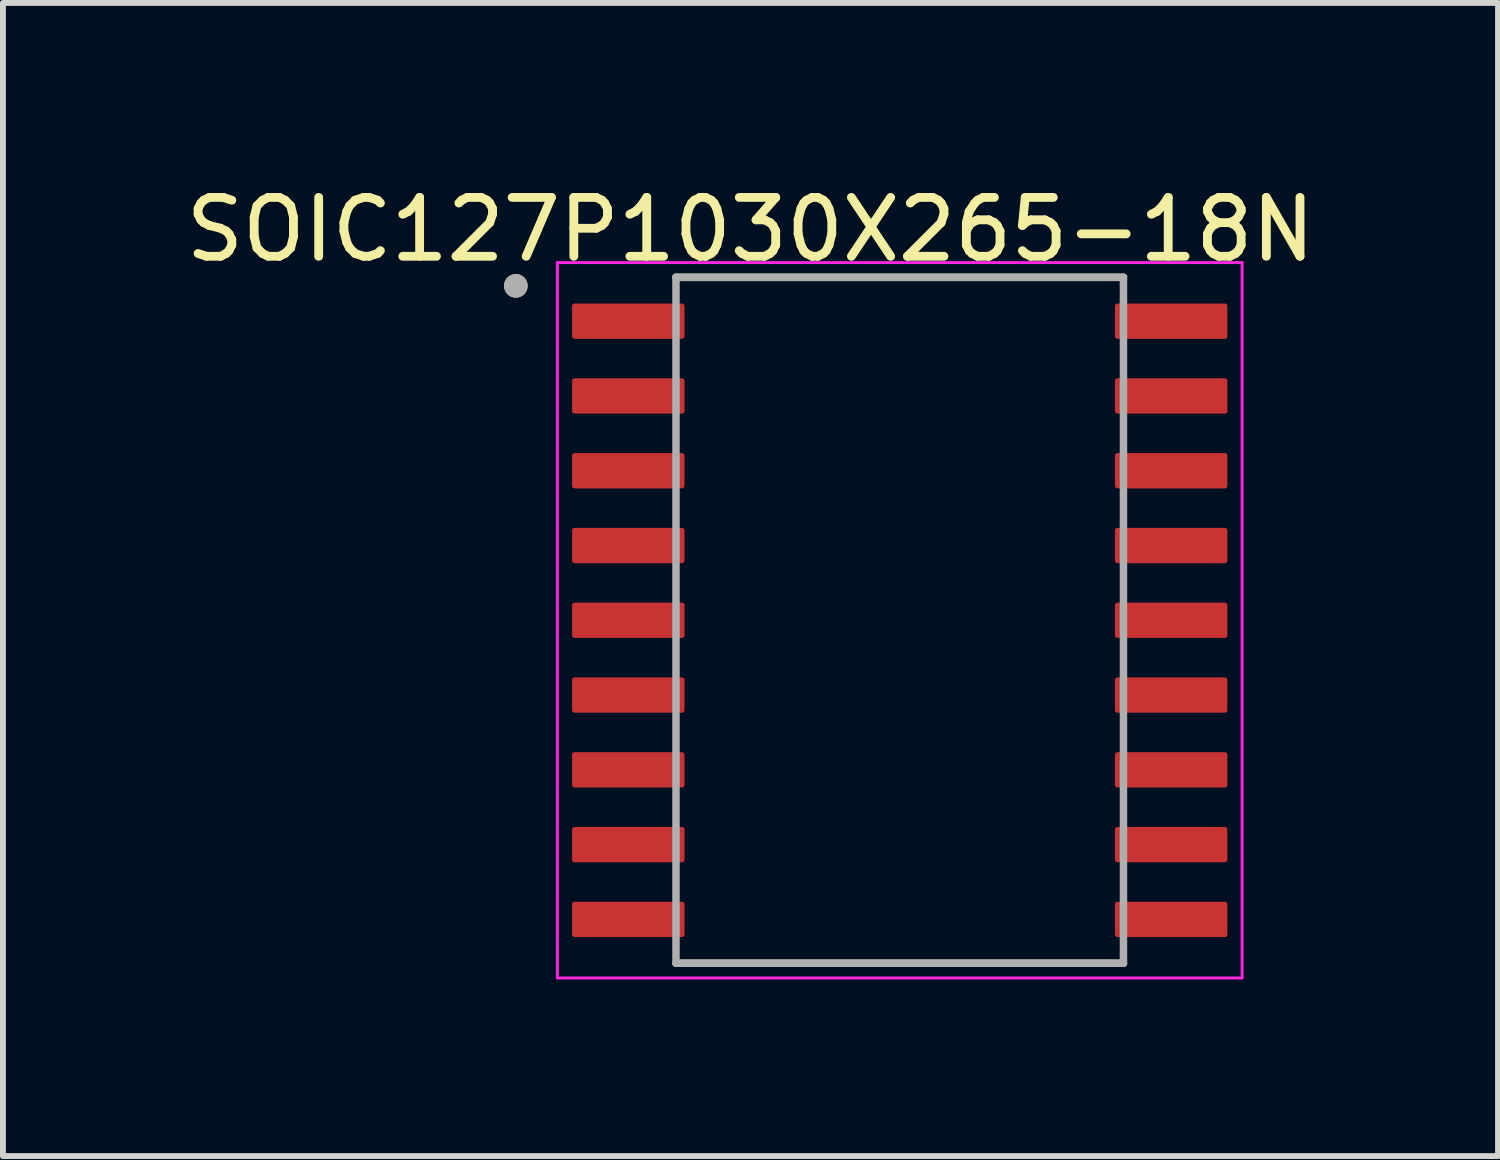
<source format=kicad_pcb>
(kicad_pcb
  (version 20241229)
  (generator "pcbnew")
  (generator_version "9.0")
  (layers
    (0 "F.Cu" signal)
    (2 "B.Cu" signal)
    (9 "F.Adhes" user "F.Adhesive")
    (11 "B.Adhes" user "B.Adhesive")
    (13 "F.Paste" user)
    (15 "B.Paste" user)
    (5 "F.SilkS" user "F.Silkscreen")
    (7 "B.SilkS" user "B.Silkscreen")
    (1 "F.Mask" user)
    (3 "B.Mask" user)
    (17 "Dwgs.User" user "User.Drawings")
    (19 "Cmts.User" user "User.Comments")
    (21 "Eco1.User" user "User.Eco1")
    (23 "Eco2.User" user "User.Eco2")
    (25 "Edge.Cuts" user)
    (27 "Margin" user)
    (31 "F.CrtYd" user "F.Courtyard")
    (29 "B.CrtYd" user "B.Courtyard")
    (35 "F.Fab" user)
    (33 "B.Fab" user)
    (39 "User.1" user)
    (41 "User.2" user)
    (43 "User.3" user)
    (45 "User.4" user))
  (footprint "SOIC127P1030X265-18N"
    (layer "F.Cu")
    (at 12.231 7.485)
    (property "Reference" "SOIC127P1030X265-18N" (at -2.535 -6.637 0) (layer "F.SilkS") (effects (font (size 1 1) (thickness 0.15))))
    (attr smd)
    (fp_line (start -3.8 -5.825) (end 3.8 -5.825) (stroke (width 0.127) (type solid)) (layer "F.SilkS"))
    (fp_line (start -3.8 5.825) (end 3.8 5.825) (stroke (width 0.127) (type solid)) (layer "F.SilkS"))
    (fp_circle (center -6.52 -5.68) (end -6.42 -5.68) (stroke (width 0.2) (type solid)) (fill no) (layer "F.SilkS"))
    (fp_line (start -5.815 -6.075) (end -5.815 6.075) (stroke (width 0.05) (type solid)) (layer "F.CrtYd"))
    (fp_line (start -5.815 -6.075) (end 5.815 -6.075) (stroke (width 0.05) (type solid)) (layer "F.CrtYd"))
    (fp_line (start -5.815 6.075) (end 5.815 6.075) (stroke (width 0.05) (type solid)) (layer "F.CrtYd"))
    (fp_line (start 5.815 -6.075) (end 5.815 6.075) (stroke (width 0.05) (type solid)) (layer "F.CrtYd"))
    (fp_line (start -3.8 -5.825) (end -3.8 5.825) (stroke (width 0.127) (type solid)) (layer "F.Fab"))
    (fp_line (start -3.8 -5.825) (end 3.8 -5.825) (stroke (width 0.127) (type solid)) (layer "F.Fab"))
    (fp_line (start -3.8 5.825) (end 3.8 5.825) (stroke (width 0.127) (type solid)) (layer "F.Fab"))
    (fp_line (start 3.8 -5.825) (end 3.8 5.825) (stroke (width 0.127) (type solid)) (layer "F.Fab"))
    (fp_circle (center -6.52 -5.68) (end -6.42 -5.68) (stroke (width 0.2) (type solid)) (fill no) (layer "F.Fab"))
    (pad "1" smd roundrect (at -4.61 -5.08) (size 1.91 0.6) (layers "F.Cu" "F.Mask" "F.Paste") (roundrect_rratio 0.07))
    (pad "2" smd roundrect (at -4.61 -3.81) (size 1.91 0.6) (layers "F.Cu" "F.Mask" "F.Paste") (roundrect_rratio 0.07))
    (pad "3" smd roundrect (at -4.61 -2.54) (size 1.91 0.6) (layers "F.Cu" "F.Mask" "F.Paste") (roundrect_rratio 0.07))
    (pad "4" smd roundrect (at -4.61 -1.27) (size 1.91 0.6) (layers "F.Cu" "F.Mask" "F.Paste") (roundrect_rratio 0.07))
    (pad "5" smd roundrect (at -4.61 0) (size 1.91 0.6) (layers "F.Cu" "F.Mask" "F.Paste") (roundrect_rratio 0.07))
    (pad "6" smd roundrect (at -4.61 1.27) (size 1.91 0.6) (layers "F.Cu" "F.Mask" "F.Paste") (roundrect_rratio 0.07))
    (pad "7" smd roundrect (at -4.61 2.54) (size 1.91 0.6) (layers "F.Cu" "F.Mask" "F.Paste") (roundrect_rratio 0.07))
    (pad "8" smd roundrect (at -4.61 3.81) (size 1.91 0.6) (layers "F.Cu" "F.Mask" "F.Paste") (roundrect_rratio 0.07))
    (pad "9" smd roundrect (at -4.61 5.08) (size 1.91 0.6) (layers "F.Cu" "F.Mask" "F.Paste") (roundrect_rratio 0.07))
    (pad "10" smd roundrect (at 4.61 5.08) (size 1.91 0.6) (layers "F.Cu" "F.Mask" "F.Paste") (roundrect_rratio 0.07))
    (pad "11" smd roundrect (at 4.61 3.81) (size 1.91 0.6) (layers "F.Cu" "F.Mask" "F.Paste") (roundrect_rratio 0.07))
    (pad "12" smd roundrect (at 4.61 2.54) (size 1.91 0.6) (layers "F.Cu" "F.Mask" "F.Paste") (roundrect_rratio 0.07))
    (pad "13" smd roundrect (at 4.61 1.27) (size 1.91 0.6) (layers "F.Cu" "F.Mask" "F.Paste") (roundrect_rratio 0.07))
    (pad "14" smd roundrect (at 4.61 0) (size 1.91 0.6) (layers "F.Cu" "F.Mask" "F.Paste") (roundrect_rratio 0.07))
    (pad "15" smd roundrect (at 4.61 -1.27) (size 1.91 0.6) (layers "F.Cu" "F.Mask" "F.Paste") (roundrect_rratio 0.07))
    (pad "16" smd roundrect (at 4.61 -2.54) (size 1.91 0.6) (layers "F.Cu" "F.Mask" "F.Paste") (roundrect_rratio 0.07))
    (pad "17" smd roundrect (at 4.61 -3.81) (size 1.91 0.6) (layers "F.Cu" "F.Mask" "F.Paste") (roundrect_rratio 0.07))
    (pad "18" smd roundrect (at 4.61 -5.08) (size 1.91 0.6) (layers "F.Cu" "F.Mask" "F.Paste") (roundrect_rratio 0.07)))
  (gr_rect
    (start -3 -3)
    (end 22.393 16.585)
    (stroke (width 0.1) (type default))
    (fill no)
    (layer "Edge.Cuts")))
</source>
